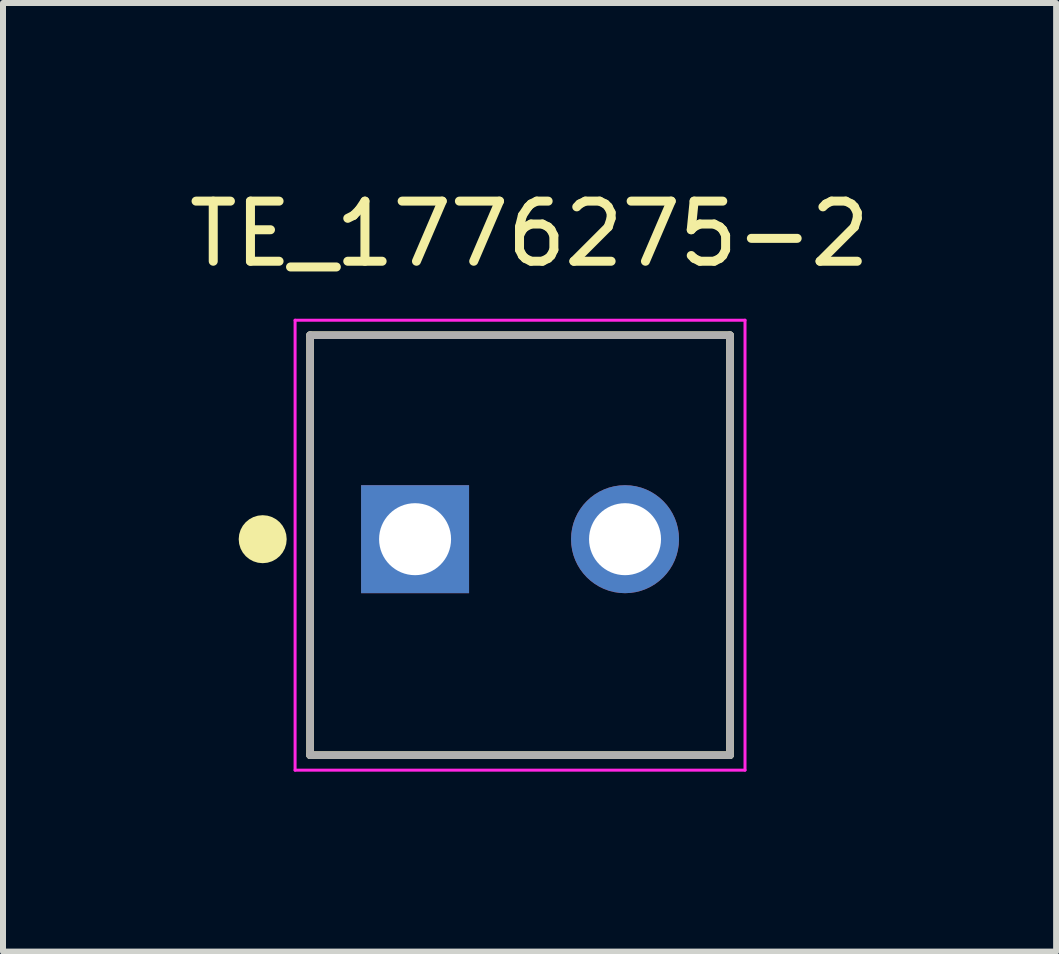
<source format=kicad_pcb>
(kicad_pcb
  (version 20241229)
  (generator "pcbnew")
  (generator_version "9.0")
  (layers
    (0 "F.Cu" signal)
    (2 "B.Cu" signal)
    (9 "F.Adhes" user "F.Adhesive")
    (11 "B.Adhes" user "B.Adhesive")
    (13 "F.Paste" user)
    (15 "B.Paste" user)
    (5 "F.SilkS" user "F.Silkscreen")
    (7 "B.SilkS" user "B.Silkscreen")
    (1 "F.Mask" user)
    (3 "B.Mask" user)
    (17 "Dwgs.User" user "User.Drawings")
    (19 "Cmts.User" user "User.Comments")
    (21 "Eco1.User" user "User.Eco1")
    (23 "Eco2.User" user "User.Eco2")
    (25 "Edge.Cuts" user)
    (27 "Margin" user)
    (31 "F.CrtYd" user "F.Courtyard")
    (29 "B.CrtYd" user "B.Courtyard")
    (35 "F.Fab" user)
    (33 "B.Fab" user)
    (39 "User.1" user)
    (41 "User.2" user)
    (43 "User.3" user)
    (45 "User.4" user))
  (footprint "TE_1776275-2"
    (layer "F.Cu")
    (at 3.869 5.938)
    (property "Reference" "TE_1776275-2" (at 1.908 -5.089 0) (layer "F.SilkS") (effects (font (size 1.002 1.002) (thickness 0.15))))
    (attr through_hole)
    (fp_line (start -1.75 -3.4) (end 5.25 -3.4) (stroke (width 0.127) (type solid)) (layer "F.SilkS"))
    (fp_line (start -1.75 3.6) (end -1.75 -3.4) (stroke (width 0.127) (type solid)) (layer "F.SilkS"))
    (fp_line (start 5.25 -3.4) (end 5.25 3.6) (stroke (width 0.127) (type solid)) (layer "F.SilkS"))
    (fp_line (start 5.25 3.6) (end -1.75 3.6) (stroke (width 0.127) (type solid)) (layer "F.SilkS"))
    (fp_circle (center -2.54 0) (end -2.34 0) (stroke (width 0.4) (type solid)) (fill no) (layer "F.SilkS"))
    (fp_line (start -2 -3.65) (end 5.5 -3.65) (stroke (width 0.05) (type solid)) (layer "F.CrtYd"))
    (fp_line (start -2 3.85) (end -2 -3.65) (stroke (width 0.05) (type solid)) (layer "F.CrtYd"))
    (fp_line (start 5.5 -3.65) (end 5.5 3.85) (stroke (width 0.05) (type solid)) (layer "F.CrtYd"))
    (fp_line (start 5.5 3.85) (end -2 3.85) (stroke (width 0.05) (type solid)) (layer "F.CrtYd"))
    (fp_line (start -1.75 -3.4) (end 5.25 -3.4) (stroke (width 0.127) (type solid)) (layer "F.Fab"))
    (fp_line (start -1.75 3.6) (end -1.75 -3.4) (stroke (width 0.127) (type solid)) (layer "F.Fab"))
    (fp_line (start 5.25 -3.4) (end 5.25 3.6) (stroke (width 0.127) (type solid)) (layer "F.Fab"))
    (fp_line (start 5.25 3.6) (end -1.75 3.6) (stroke (width 0.127) (type solid)) (layer "F.Fab"))
    (fp_circle (center 0 0) (end 0.2 0) (stroke (width 0.4) (type solid)) (fill no) (layer "F.Fab"))
    (pad "1" thru_hole rect (at 0 0) (size 1.8 1.8) (drill 1.2) (layers "*.Cu" "*.Mask"))
    (pad "2" thru_hole circle (at 3.5 0) (size 1.8 1.8) (drill 1.2) (layers "*.Cu" "*.Mask")))
  (gr_rect
    (start -3 -3)
    (end 14.555 12.813)
    (stroke (width 0.1) (type default))
    (fill no)
    (layer "Edge.Cuts")))
</source>
